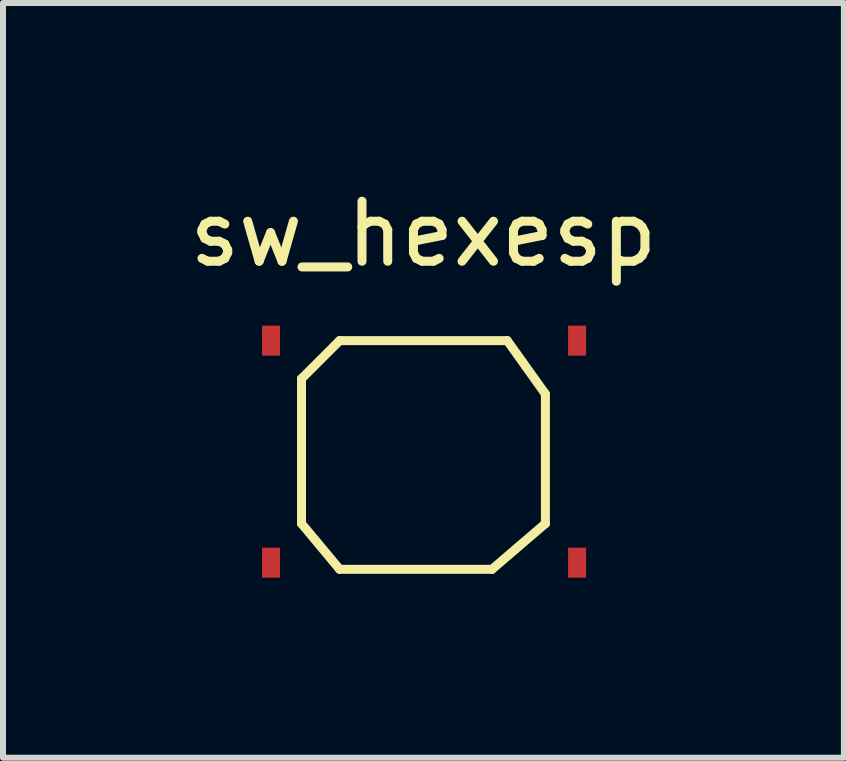
<source format=kicad_pcb>
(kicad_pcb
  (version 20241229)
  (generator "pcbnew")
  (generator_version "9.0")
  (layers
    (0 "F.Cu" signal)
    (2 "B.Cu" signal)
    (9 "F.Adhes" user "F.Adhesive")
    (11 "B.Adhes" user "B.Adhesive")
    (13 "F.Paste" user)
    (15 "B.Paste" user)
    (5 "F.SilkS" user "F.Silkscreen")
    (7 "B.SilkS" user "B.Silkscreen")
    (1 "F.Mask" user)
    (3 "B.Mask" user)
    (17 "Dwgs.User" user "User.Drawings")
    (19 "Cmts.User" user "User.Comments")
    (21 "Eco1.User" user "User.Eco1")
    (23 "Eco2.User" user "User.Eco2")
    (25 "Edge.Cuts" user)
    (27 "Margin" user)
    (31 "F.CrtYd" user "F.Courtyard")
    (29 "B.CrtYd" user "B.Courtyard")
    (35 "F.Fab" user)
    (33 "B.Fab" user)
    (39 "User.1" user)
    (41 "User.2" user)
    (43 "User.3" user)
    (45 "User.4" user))
  (footprint "sw_hexesp"
    (layer "F.Cu")
    (at 4.006 4.531)
    (property "Reference" "sw_hexesp" (at 0 -3.683 0) (layer "F.SilkS") (effects (font (size 1 1) (thickness 0.15))))
    (attr through_hole)
    (fp_line (start -2.032 -1.27) (end -2.032 1.143) (stroke (width 0.15) (type solid)) (layer "F.SilkS"))
    (fp_line (start -2.032 1.143) (end -1.397 1.905) (stroke (width 0.15) (type solid)) (layer "F.SilkS"))
    (fp_line (start -1.397 -1.905) (end -2.032 -1.27) (stroke (width 0.15) (type solid)) (layer "F.SilkS"))
    (fp_line (start -1.397 1.905) (end 1.143 1.905) (stroke (width 0.15) (type solid)) (layer "F.SilkS"))
    (fp_line (start 1.143 1.905) (end 2.032 1.143) (stroke (width 0.15) (type solid)) (layer "F.SilkS"))
    (fp_line (start 1.397 -1.905) (end -1.397 -1.905) (stroke (width 0.15) (type solid)) (layer "F.SilkS"))
    (fp_line (start 2.032 -1.016) (end 1.397 -1.905) (stroke (width 0.15) (type solid)) (layer "F.SilkS"))
    (fp_line (start 2.032 1.143) (end 2.032 -1.016) (stroke (width 0.15) (type solid)) (layer "F.SilkS"))
    (pad "1" smd rect (at -2.54 -1.905) (size 0.3 0.5) (layers "F.Cu" "F.Mask" "F.Paste"))
    (pad "2" smd rect (at 2.56 -1.905) (size 0.3 0.5) (layers "F.Cu" "F.Mask" "F.Paste"))
    (pad "3" smd rect (at -2.54 1.795) (size 0.3 0.5) (layers "F.Cu" "F.Mask" "F.Paste"))
    (pad "4" smd rect (at 2.56 1.795) (size 0.3 0.5) (layers "F.Cu" "F.Mask" "F.Paste")))
  (gr_rect
    (start -3 -3)
    (end 11.012 9.576)
    (stroke (width 0.1) (type default))
    (fill no)
    (layer "Edge.Cuts")))
</source>
